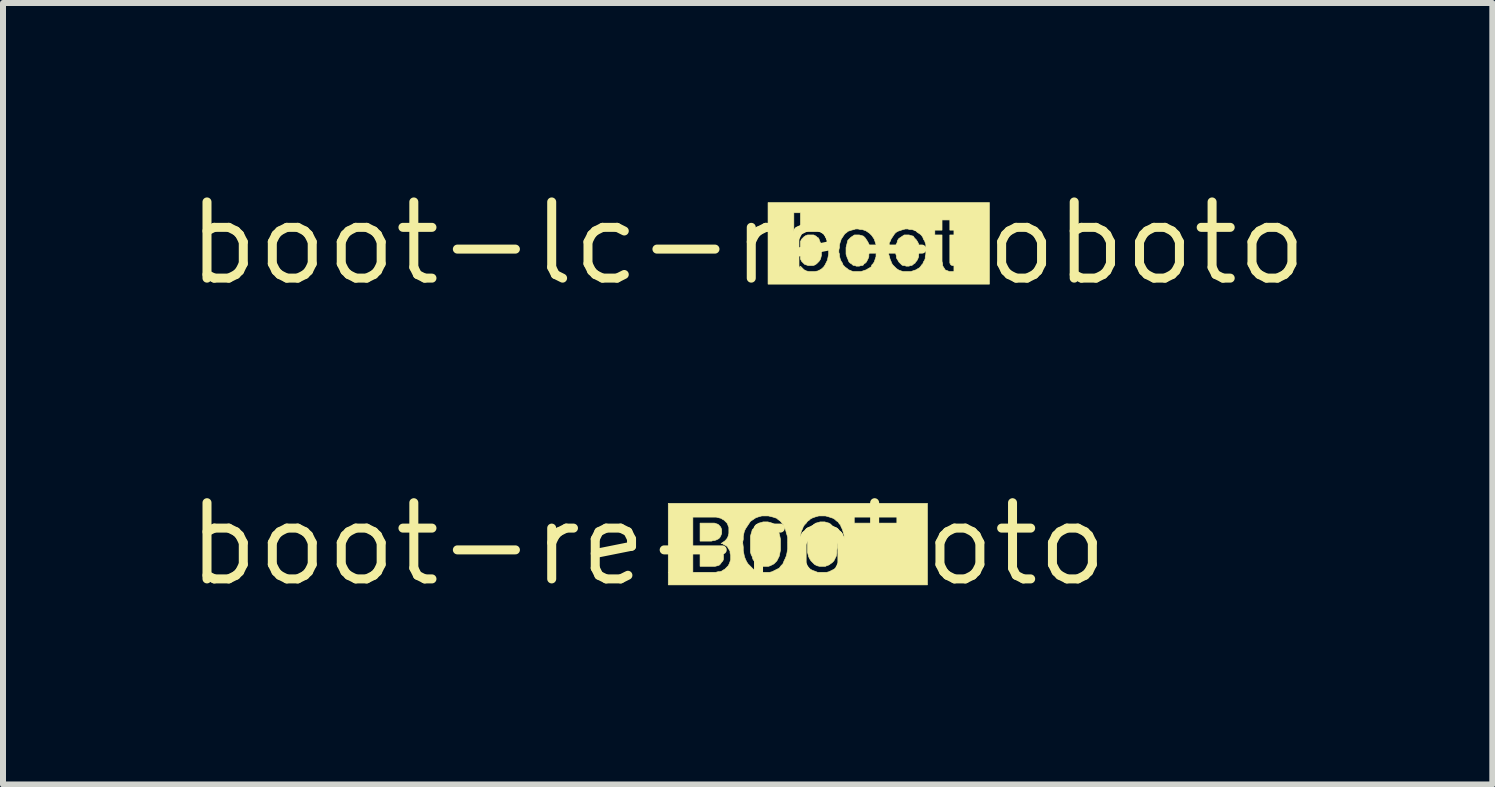
<source format=kicad_pcb>
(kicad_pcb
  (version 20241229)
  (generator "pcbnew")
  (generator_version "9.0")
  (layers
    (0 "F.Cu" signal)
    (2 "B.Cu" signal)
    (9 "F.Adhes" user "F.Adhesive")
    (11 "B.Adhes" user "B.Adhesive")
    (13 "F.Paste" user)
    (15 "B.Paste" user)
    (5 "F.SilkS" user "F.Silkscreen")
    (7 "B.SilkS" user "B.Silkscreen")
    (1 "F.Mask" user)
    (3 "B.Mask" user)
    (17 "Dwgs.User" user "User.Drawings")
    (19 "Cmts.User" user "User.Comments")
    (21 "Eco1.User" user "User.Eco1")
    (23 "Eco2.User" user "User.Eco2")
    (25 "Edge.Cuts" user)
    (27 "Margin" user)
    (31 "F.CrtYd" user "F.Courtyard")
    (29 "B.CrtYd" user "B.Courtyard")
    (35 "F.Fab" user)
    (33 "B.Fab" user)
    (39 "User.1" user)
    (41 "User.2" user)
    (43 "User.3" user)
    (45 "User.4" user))
  (footprint "boot-lc-re-roboto"
    (layer "F.Cu")
    (at 9.411 1.006)
    (property "Reference" "boot-lc-re-roboto" (at 0 0 0) (layer "F.SilkS") (effects (font (size 1.27 1.27) (thickness 0.15))))
    (attr board_only exclude_from_pos_files exclude_from_bom)
    (fp_poly (pts (xy 1.23 0.11) (xy 1.23 0.07) (xy 1.23 0.04) (xy 1.22 0.01) (xy 1.21 -0.02) (xy 1.2 -0.04) (xy 1.19 -0.07) (xy 1.18 -0.09) (xy 1.16 -0.1) (xy 1.14 -0.12) (xy 1.12 -0.13) (xy 1.1 -0.14) (xy 1.08 -0.14) (xy 1.05 -0.14) (xy 1.02 -0.14) (xy 1 -0.14) (xy 0.97 -0.13) (xy 0.94 -0.11) (xy 0.92 -0.09) (xy 0.9 -0.07) (xy 0.88 -0.03) (xy 0.88 0.26) (xy 0.9 0.3) (xy 0.92 0.32) (xy 0.95 0.35) (xy 0.98 0.36) (xy 1.01 0.37) (xy 1.05 0.37) (xy 1.09 0.37) (xy 1.12 0.36) (xy 1.15 0.34) (xy 1.17 0.32) (xy 1.19 0.3) (xy 1.21 0.27) (xy 1.22 0.24) (xy 1.23 0.2) (xy 1.23 0.16) (xy 1.23 0.11)) (stroke (width 0.01) (type solid)) (fill yes) (layer "F.SilkS"))
    (fp_poly (pts (xy 1.64 0.12) (xy 1.64 0.15) (xy 1.64 0.18) (xy 1.65 0.21) (xy 1.66 0.24) (xy 1.67 0.26) (xy 1.68 0.29) (xy 1.69 0.31) (xy 1.71 0.33) (xy 1.73 0.34) (xy 1.75 0.36) (xy 1.77 0.37) (xy 1.79 0.37) (xy 1.81 0.38) (xy 1.84 0.38) (xy 1.86 0.38) (xy 1.89 0.37) (xy 1.91 0.37) (xy 1.93 0.36) (xy 1.94 0.34) (xy 1.96 0.33) (xy 1.98 0.31) (xy 1.99 0.29) (xy 2 0.27) (xy 2.01 0.25) (xy 2.02 0.22) (xy 2.02 0.19) (xy 2.03 0.13) (xy 2.03 0.07) (xy 2.03 0.04) (xy 2.02 0.01) (xy 2 -0.03) (xy 1.98 -0.06) (xy 1.96 -0.09) (xy 1.93 -0.12) (xy 1.9 -0.13) (xy 1.86 -0.14) (xy 1.82 -0.14) (xy 1.78 -0.14) (xy 1.75 -0.12) (xy 1.72 -0.1) (xy 1.7 -0.08) (xy 1.67 -0.05) (xy 1.66 -0.01) (xy 1.65 0.03) (xy 1.64 0.07) (xy 1.64 0.12)) (stroke (width 0.01) (type solid)) (fill yes) (layer "F.SilkS"))
    (fp_poly (pts (xy 2.47 0.12) (xy 2.47 0.15) (xy 2.47 0.18) (xy 2.48 0.21) (xy 2.48 0.24) (xy 2.49 0.26) (xy 2.51 0.29) (xy 2.52 0.31) (xy 2.54 0.33) (xy 2.55 0.34) (xy 2.57 0.36) (xy 2.59 0.37) (xy 2.62 0.37) (xy 2.64 0.38) (xy 2.67 0.38) (xy 2.69 0.38) (xy 2.71 0.37) (xy 2.73 0.37) (xy 2.75 0.36) (xy 2.77 0.34) (xy 2.79 0.33) (xy 2.8 0.31) (xy 2.82 0.29) (xy 2.83 0.27) (xy 2.84 0.25) (xy 2.85 0.22) (xy 2.85 0.19) (xy 2.86 0.13) (xy 2.86 0.07) (xy 2.85 0.04) (xy 2.85 0.01) (xy 2.83 -0.03) (xy 2.81 -0.06) (xy 2.78 -0.09) (xy 2.76 -0.12) (xy 2.72 -0.13) (xy 2.69 -0.14) (xy 2.65 -0.14) (xy 2.61 -0.14) (xy 2.58 -0.12) (xy 2.55 -0.1) (xy 2.52 -0.08) (xy 2.5 -0.05) (xy 2.49 -0.01) (xy 2.47 0.03) (xy 2.47 0.07) (xy 2.47 0.12)) (stroke (width 0.01) (type solid)) (fill yes) (layer "F.SilkS"))
    (fp_poly (pts (xy 0.68 -0.68) (xy 0.34 -0.68) (xy 0.34 0.68) (xy 4.03 0.68) (xy 4.03 -0.68) (xy 0.68 -0.68) (xy 0.77 -0.51) (xy 0.88 -0.51) (xy 0.88 -0.15) (xy 0.91 -0.18) (xy 0.95 -0.2) (xy 0.98 -0.22) (xy 1.03 -0.23) (xy 1.08 -0.24) (xy 1.12 -0.23) (xy 1.17 -0.22) (xy 1.21 -0.21) (xy 1.24 -0.18) (xy 1.27 -0.15) (xy 1.29 -0.12) (xy 1.31 -0.08) (xy 1.33 -0.04) (xy 1.34 0.01) (xy 1.35 0.06) (xy 1.35 0.12) (xy 1.52 0.11) (xy 1.53 0.07) (xy 1.53 0.03) (xy 1.54 -0.01) (xy 1.55 -0.04) (xy 1.56 -0.07) (xy 1.58 -0.1) (xy 1.6 -0.13) (xy 1.62 -0.16) (xy 1.65 -0.18) (xy 1.67 -0.2) (xy 1.7 -0.21) (xy 1.73 -0.22) (xy 1.77 -0.23) (xy 1.8 -0.24) (xy 1.84 -0.24) (xy 1.88 -0.23) (xy 1.91 -0.23) (xy 1.94 -0.22) (xy 1.97 -0.21) (xy 2 -0.19) (xy 2.03 -0.17) (xy 2.05 -0.15) (xy 2.07 -0.13) (xy 2.09 -0.1) (xy 2.11 -0.07) (xy 2.12 -0.04) (xy 2.13 -0.01) (xy 2.14 0.02) (xy 2.14 0.06) (xy 2.15 0.1) (xy 2.35 0.11) (xy 2.35 0.07) (xy 2.36 0.03) (xy 2.36 -0.01) (xy 2.38 -0.04) (xy 2.39 -0.07) (xy 2.41 -0.1) (xy 2.43 -0.13) (xy 2.45 -0.16) (xy 2.47 -0.18) (xy 2.5 -0.2) (xy 2.53 -0.21) (xy 2.56 -0.22) (xy 2.59 -0.23) (xy 2.63 -0.24) (xy 2.67 -0.24) (xy 2.7 -0.23) (xy 2.74 -0.23) (xy 2.77 -0.22) (xy 2.8 -0.21) (xy 2.82 -0.19) (xy 2.85 -0.17) (xy 2.88 -0.15) (xy 2.9 -0.13) (xy 2.92 -0.1) (xy 2.93 -0.07) (xy 2.95 -0.04) (xy 3.12 -0.14) (xy 3.12 -0.22) (xy 3.24 -0.22) (xy 3.24 -0.39) (xy 3.37 -0.39) (xy 3.37 -0.22) (xy 3.5 -0.22) (xy 3.5 -0.14) (xy 3.37 -0.14) (xy 3.37 0.29) (xy 3.37 0.33) (xy 3.38 0.34) (xy 3.38 0.35) (xy 3.39 0.36) (xy 3.41 0.37) (xy 3.42 0.37) (xy 3.44 0.37) (xy 3.5 0.37) (xy 3.5 0.46) (xy 3.46 0.47) (xy 3.42 0.47) (xy 3.39 0.47) (xy 3.36 0.47) (xy 3.34 0.46) (xy 3.31 0.45) (xy 3.29 0.44) (xy 3.28 0.42) (xy 3.26 0.39) (xy 3.25 0.37) (xy 3.25 0.34) (xy 3.24 0.3) (xy 3.24 -0.14) (xy 3.12 -0.14) (xy 2.95 -0.04) (xy 2.96 -0.01) (xy 2.97 0.02) (xy 2.97 0.06) (xy 2.97 0.1) (xy 2.97 0.14) (xy 2.97 0.18) (xy 2.96 0.22) (xy 2.96 0.25) (xy 2.95 0.28) (xy 2.93 0.31) (xy 2.92 0.34) (xy 2.9 0.36) (xy 2.88 0.39) (xy 2.86 0.41) (xy 2.84 0.42) (xy 2.81 0.44) (xy 2.78 0.45) (xy 2.75 0.46) (xy 2.72 0.47) (xy 2.69 0.47) (xy 2.65 0.47) (xy 2.62 0.47) (xy 2.59 0.47) (xy 2.56 0.46) (xy 2.53 0.45) (xy 2.51 0.44) (xy 2.48 0.42) (xy 2.46 0.4) (xy 2.44 0.38) (xy 2.42 0.36) (xy 2.4 0.33) (xy 2.39 0.3) (xy 2.38 0.28) (xy 2.37 0.25) (xy 2.36 0.21) (xy 2.35 0.18) (xy 2.35 0.15) (xy 2.35 0.11) (xy 2.15 0.1) (xy 2.15 0.14) (xy 2.14 0.18) (xy 2.14 0.22) (xy 2.13 0.25) (xy 2.12 0.28) (xy 2.11 0.31) (xy 2.09 0.34) (xy 2.07 0.36) (xy 2.06 0.39) (xy 2.03 0.41) (xy 2.01 0.42) (xy 1.98 0.44) (xy 1.95 0.45) (xy 1.92 0.46) (xy 1.89 0.47) (xy 1.86 0.47) (xy 1.83 0.47) (xy 1.79 0.47) (xy 1.76 0.47) (xy 1.73 0.46) (xy 1.71 0.45) (xy 1.68 0.44) (xy 1.66 0.42) (xy 1.63 0.4) (xy 1.61 0.38) (xy 1.59 0.36) (xy 1.58 0.33) (xy 1.56 0.3) (xy 1.55 0.28) (xy 1.54 0.25) (xy 1.53 0.21) (xy 1.53 0.18) (xy 1.52 0.15) (xy 1.52 0.11) (xy 1.35 0.12) (xy 1.35 0.18) (xy 1.34 0.23) (xy 1.33 0.28) (xy 1.31 0.32) (xy 1.29 0.36) (xy 1.27 0.39) (xy 1.24 0.42) (xy 1.21 0.44) (xy 1.19 0.45) (xy 1.17 0.46) (xy 1.12 0.47) (xy 1.07 0.47) (xy 1.02 0.47) (xy 0.98 0.46) (xy 0.94 0.44) (xy 0.91 0.41) (xy 0.88 0.38) (xy 0.87 0.46) (xy 0.77 0.46) (xy 0.77 -0.51) (xy 0.68 -0.68)) (stroke (width 0.01) (type solid)) (fill yes) (layer "F.SilkS")))
  (footprint "boot-re-roboto"
    (layer "F.Cu")
    (at 7.748 6.019)
    (property "Reference" "boot-re-roboto" (at 0 0 0) (layer "F.SilkS") (effects (font (size 1.27 1.27) (thickness 0.15))))
    (attr board_only exclude_from_pos_files exclude_from_bom)
    (fp_poly (pts (xy 0.87 -0.05) (xy 1.06 -0.05) (xy 1.09 -0.06) (xy 1.11 -0.06) (xy 1.14 -0.07) (xy 1.16 -0.08) (xy 1.18 -0.09) (xy 1.2 -0.11) (xy 1.21 -0.13) (xy 1.22 -0.15) (xy 1.23 -0.18) (xy 1.23 -0.21) (xy 1.23 -0.24) (xy 1.22 -0.27) (xy 1.21 -0.29) (xy 1.19 -0.31) (xy 1.17 -0.33) (xy 1.14 -0.34) (xy 1.11 -0.35) (xy 1.06 -0.35) (xy 0.87 -0.35) (xy 0.87 -0.05)) (stroke (width 0.01) (type solid)) (fill yes) (layer "F.SilkS"))
    (fp_poly (pts (xy 0.87 0.04) (xy 0.87 0.37) (xy 1.08 0.37) (xy 1.12 0.37) (xy 1.16 0.36) (xy 1.19 0.35) (xy 1.21 0.33) (xy 1.23 0.3) (xy 1.25 0.28) (xy 1.26 0.25) (xy 1.26 0.22) (xy 1.26 0.18) (xy 1.25 0.15) (xy 1.24 0.12) (xy 1.22 0.09) (xy 1.2 0.07) (xy 1.18 0.06) (xy 1.16 0.05) (xy 1.14 0.05) (xy 1.11 0.04) (xy 1.08 0.04) (xy 0.87 0.04)) (stroke (width 0.01) (type solid)) (fill yes) (layer "F.SilkS"))
    (fp_poly (pts (xy 2.21 -0.03) (xy 2.21 -0.08) (xy 2.2 -0.13) (xy 2.19 -0.17) (xy 2.18 -0.21) (xy 2.17 -0.25) (xy 2.15 -0.28) (xy 2.12 -0.3) (xy 2.1 -0.33) (xy 2.07 -0.35) (xy 2.04 -0.36) (xy 2 -0.37) (xy 1.96 -0.37) (xy 1.92 -0.37) (xy 1.89 -0.36) (xy 1.85 -0.35) (xy 1.82 -0.33) (xy 1.8 -0.31) (xy 1.78 -0.29) (xy 1.76 -0.26) (xy 1.74 -0.24) (xy 1.73 -0.2) (xy 1.72 -0.17) (xy 1.71 -0.13) (xy 1.71 -0.09) (xy 1.71 -0.05) (xy 1.71 0.05) (xy 1.71 0.09) (xy 1.71 0.13) (xy 1.72 0.17) (xy 1.74 0.21) (xy 1.75 0.25) (xy 1.77 0.28) (xy 1.8 0.31) (xy 1.83 0.34) (xy 1.87 0.36) (xy 1.91 0.37) (xy 1.94 0.37) (xy 1.96 0.37) (xy 1.99 0.37) (xy 2.01 0.37) (xy 2.04 0.36) (xy 2.06 0.35) (xy 2.08 0.34) (xy 2.1 0.33) (xy 2.12 0.31) (xy 2.15 0.28) (xy 2.17 0.24) (xy 2.19 0.2) (xy 2.2 0.15) (xy 2.21 0.1) (xy 2.21 0.05) (xy 2.21 -0.03)) (stroke (width 0.01) (type solid)) (fill yes) (layer "F.SilkS"))
    (fp_poly (pts (xy 3.16 -0.03) (xy 3.15 -0.08) (xy 3.15 -0.13) (xy 3.14 -0.17) (xy 3.13 -0.21) (xy 3.11 -0.25) (xy 3.09 -0.28) (xy 3.07 -0.3) (xy 3.05 -0.33) (xy 3.02 -0.35) (xy 2.98 -0.36) (xy 2.95 -0.37) (xy 2.91 -0.37) (xy 2.87 -0.37) (xy 2.84 -0.36) (xy 2.8 -0.35) (xy 2.77 -0.33) (xy 2.75 -0.31) (xy 2.73 -0.29) (xy 2.71 -0.26) (xy 2.69 -0.24) (xy 2.68 -0.2) (xy 2.67 -0.17) (xy 2.66 -0.13) (xy 2.66 -0.09) (xy 2.66 -0.05) (xy 2.66 0.05) (xy 2.66 0.09) (xy 2.66 0.13) (xy 2.67 0.17) (xy 2.68 0.21) (xy 2.7 0.25) (xy 2.72 0.28) (xy 2.75 0.31) (xy 2.78 0.34) (xy 2.82 0.36) (xy 2.86 0.37) (xy 2.89 0.37) (xy 2.91 0.37) (xy 2.94 0.37) (xy 2.96 0.37) (xy 2.98 0.36) (xy 3.01 0.35) (xy 3.03 0.34) (xy 3.04 0.33) (xy 3.07 0.31) (xy 3.1 0.28) (xy 3.12 0.24) (xy 3.14 0.2) (xy 3.15 0.15) (xy 3.15 0.1) (xy 3.16 0.05) (xy 3.16 -0.03)) (stroke (width 0.01) (type solid)) (fill yes) (layer "F.SilkS"))
    (fp_poly (pts (xy 0.68 -0.68) (xy 0.34 -0.68) (xy 0.34 0.68) (xy 4.66 0.68) (xy 4.66 -0.68) (xy 0.68 -0.68) (xy 0.75 -0.45) (xy 1.05 -0.45) (xy 1.1 -0.45) (xy 1.14 -0.45) (xy 1.18 -0.44) (xy 1.22 -0.43) (xy 1.25 -0.41) (xy 1.27 -0.4) (xy 1.29 -0.38) (xy 1.3 -0.37) (xy 1.32 -0.35) (xy 1.33 -0.33) (xy 1.34 -0.3) (xy 1.35 -0.28) (xy 1.35 -0.25) (xy 1.35 -0.21) (xy 1.35 -0.18) (xy 1.34 -0.14) (xy 1.33 -0.11) (xy 1.31 -0.08) (xy 1.28 -0.05) (xy 1.25 -0.03) (xy 1.22 -0.01) (xy 1.24 -0.01) (xy 1.27 0.01) (xy 1.29 0.02) (xy 1.31 0.03) (xy 1.33 0.05) (xy 1.34 0.07) (xy 1.36 0.1) (xy 1.37 0.12) (xy 1.37 0.15) (xy 1.59 0.11) (xy 1.59 0.05) (xy 1.58 -0.03) (xy 1.59 -0.08) (xy 1.59 -0.13) (xy 1.6 -0.18) (xy 1.61 -0.22) (xy 1.63 -0.26) (xy 1.65 -0.29) (xy 1.67 -0.32) (xy 1.69 -0.35) (xy 1.71 -0.38) (xy 1.74 -0.4) (xy 1.77 -0.42) (xy 1.8 -0.44) (xy 1.83 -0.45) (xy 1.86 -0.46) (xy 1.9 -0.47) (xy 1.94 -0.47) (xy 1.98 -0.47) (xy 2.01 -0.47) (xy 2.05 -0.46) (xy 2.09 -0.45) (xy 2.12 -0.44) (xy 2.15 -0.43) (xy 2.17 -0.41) (xy 2.2 -0.39) (xy 2.22 -0.37) (xy 2.24 -0.34) (xy 2.26 -0.32) (xy 2.27 -0.29) (xy 2.29 -0.25) (xy 2.3 -0.22) (xy 2.31 -0.18) (xy 2.32 -0.15) (xy 2.33 -0.11) (xy 2.33 -0.07) (xy 2.33 0.03) (xy 2.53 0.05) (xy 2.53 -0.03) (xy 2.54 -0.08) (xy 2.54 -0.13) (xy 2.55 -0.18) (xy 2.56 -0.22) (xy 2.58 -0.26) (xy 2.59 -0.29) (xy 2.61 -0.32) (xy 2.64 -0.35) (xy 2.66 -0.38) (xy 2.69 -0.4) (xy 2.71 -0.42) (xy 2.75 -0.44) (xy 2.78 -0.45) (xy 2.81 -0.46) (xy 2.85 -0.47) (xy 2.88 -0.47) (xy 2.92 -0.47) (xy 2.96 -0.47) (xy 3 -0.46) (xy 3.03 -0.45) (xy 3.06 -0.44) (xy 3.09 -0.43) (xy 3.12 -0.41) (xy 3.14 -0.39) (xy 3.17 -0.37) (xy 3.19 -0.34) (xy 3.21 -0.32) (xy 3.22 -0.29) (xy 3.24 -0.25) (xy 3.44 -0.35) (xy 3.44 -0.45) (xy 4.15 -0.45) (xy 4.15 -0.35) (xy 3.85 -0.35) (xy 3.85 0.47) (xy 3.73 0.47) (xy 3.73 -0.35) (xy 3.44 -0.35) (xy 3.24 -0.25) (xy 3.25 -0.22) (xy 3.26 -0.18) (xy 3.27 -0.15) (xy 3.27 -0.11) (xy 3.28 -0.07) (xy 3.28 0.03) (xy 3.28 0.08) (xy 3.27 0.14) (xy 3.26 0.19) (xy 3.24 0.24) (xy 3.22 0.28) (xy 3.2 0.33) (xy 3.17 0.36) (xy 3.13 0.4) (xy 3.1 0.42) (xy 3.06 0.44) (xy 3.02 0.46) (xy 2.98 0.47) (xy 2.93 0.47) (xy 2.88 0.47) (xy 2.83 0.47) (xy 2.78 0.45) (xy 2.75 0.44) (xy 2.71 0.42) (xy 2.68 0.39) (xy 2.65 0.36) (xy 2.62 0.33) (xy 2.6 0.3) (xy 2.58 0.26) (xy 2.56 0.21) (xy 2.55 0.16) (xy 2.54 0.11) (xy 2.53 0.05) (xy 2.33 0.03) (xy 2.33 0.08) (xy 2.32 0.14) (xy 2.31 0.19) (xy 2.29 0.24) (xy 2.27 0.28) (xy 2.25 0.33) (xy 2.22 0.36) (xy 2.19 0.4) (xy 2.15 0.42) (xy 2.11 0.44) (xy 2.07 0.46) (xy 2.03 0.47) (xy 1.98 0.47) (xy 1.93 0.47) (xy 1.88 0.47) (xy 1.84 0.45) (xy 1.8 0.44) (xy 1.76 0.42) (xy 1.73 0.39) (xy 1.7 0.36) (xy 1.67 0.33) (xy 1.65 0.3) (xy 1.63 0.26) (xy 1.61 0.21) (xy 1.6 0.16) (xy 1.59 0.11) (xy 1.37 0.15) (xy 1.38 0.18) (xy 1.38 0.2) (xy 1.38 0.24) (xy 1.38 0.26) (xy 1.37 0.29) (xy 1.36 0.32) (xy 1.35 0.34) (xy 1.34 0.36) (xy 1.32 0.38) (xy 1.3 0.4) (xy 1.28 0.42) (xy 1.26 0.43) (xy 1.23 0.45) (xy 1.2 0.46) (xy 1.17 0.46) (xy 1.13 0.47) (xy 1.09 0.47) (xy 0.75 0.47) (xy 0.75 -0.45) (xy 0.68 -0.68)) (stroke (width 0.01) (type solid)) (fill yes) (layer "F.SilkS")))
  (gr_rect
    (start -3 -3)
    (end 21.823 10.025)
    (stroke (width 0.1) (type default))
    (fill no)
    (layer "Edge.Cuts")))
</source>
